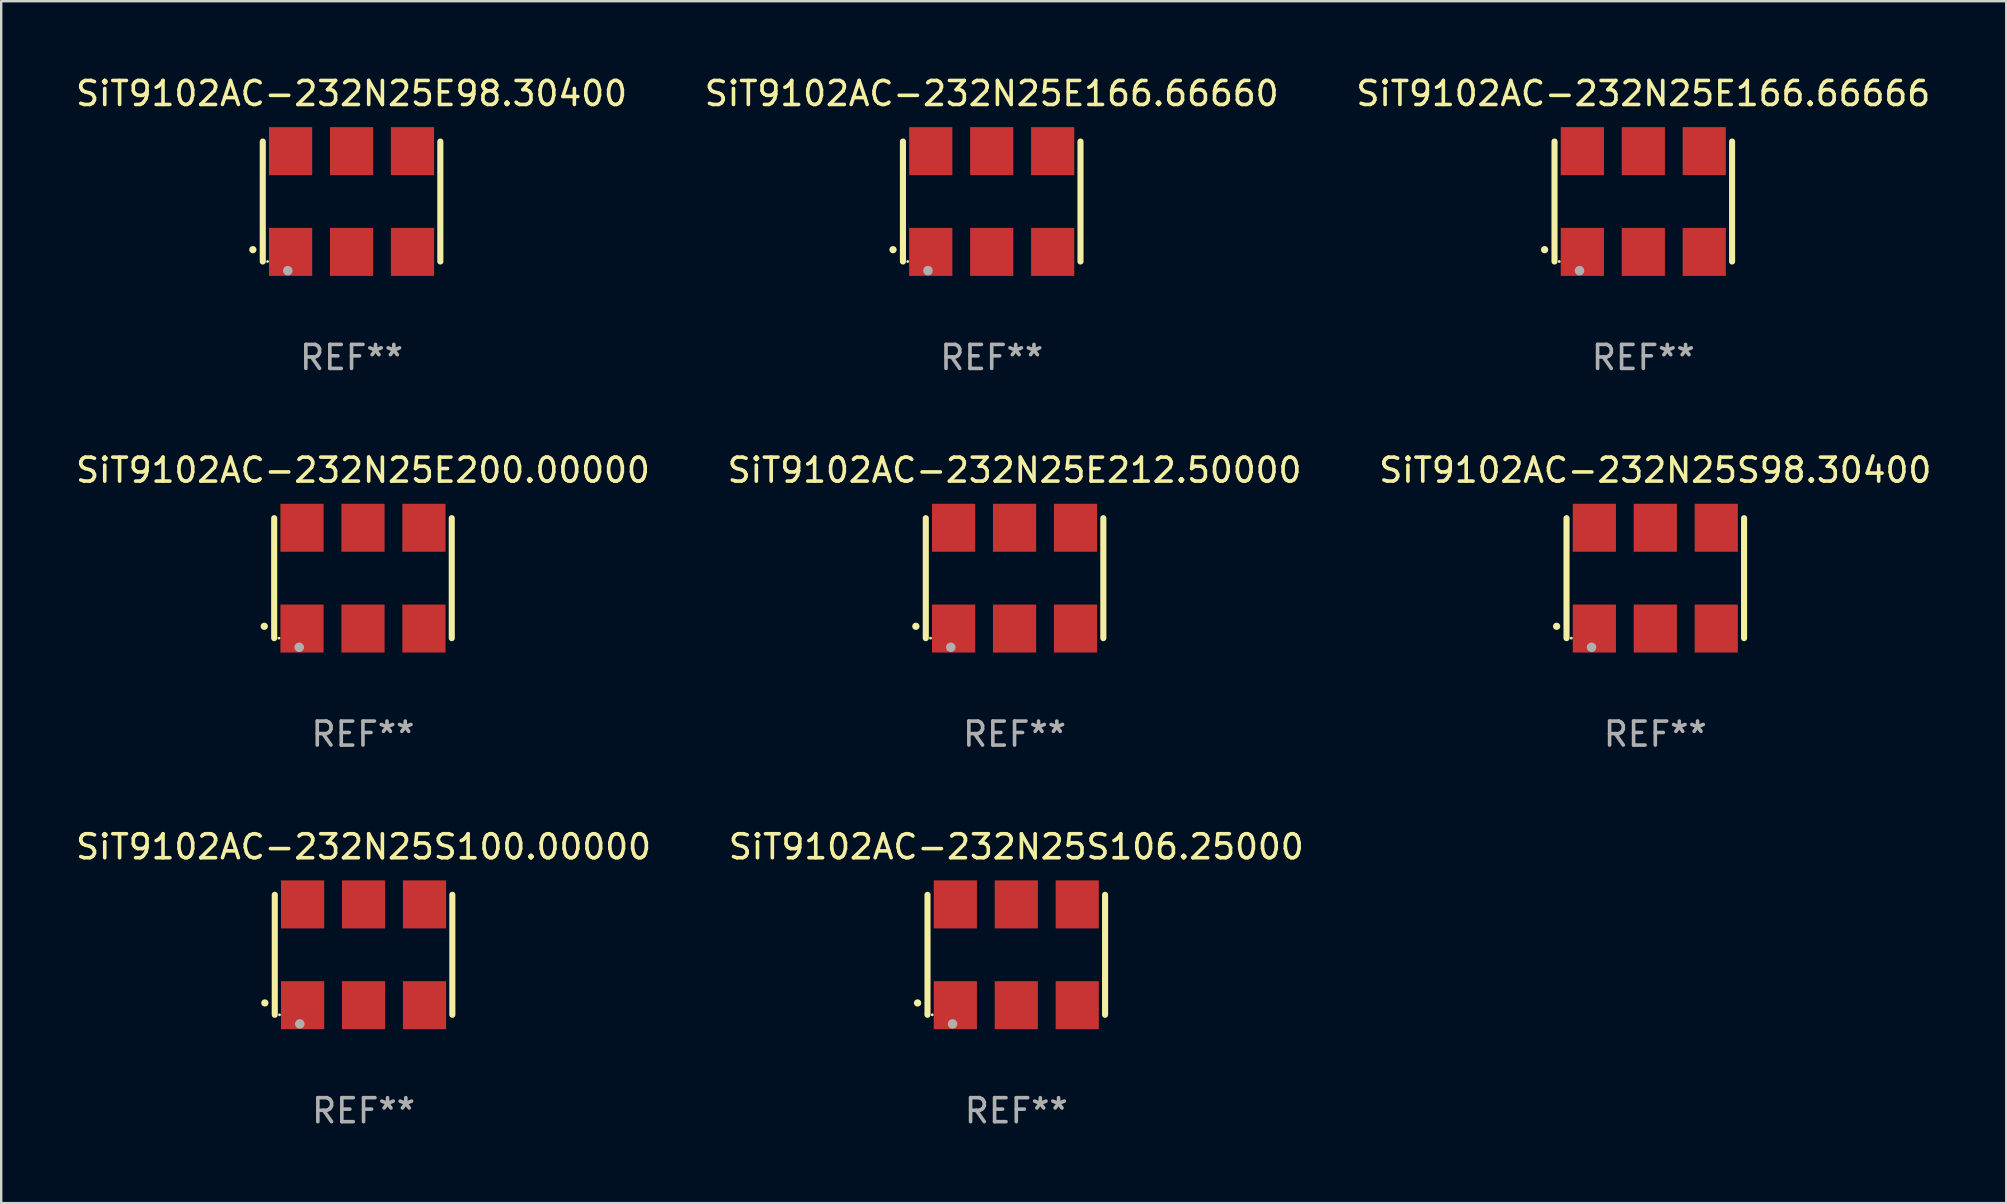
<source format=kicad_pcb>
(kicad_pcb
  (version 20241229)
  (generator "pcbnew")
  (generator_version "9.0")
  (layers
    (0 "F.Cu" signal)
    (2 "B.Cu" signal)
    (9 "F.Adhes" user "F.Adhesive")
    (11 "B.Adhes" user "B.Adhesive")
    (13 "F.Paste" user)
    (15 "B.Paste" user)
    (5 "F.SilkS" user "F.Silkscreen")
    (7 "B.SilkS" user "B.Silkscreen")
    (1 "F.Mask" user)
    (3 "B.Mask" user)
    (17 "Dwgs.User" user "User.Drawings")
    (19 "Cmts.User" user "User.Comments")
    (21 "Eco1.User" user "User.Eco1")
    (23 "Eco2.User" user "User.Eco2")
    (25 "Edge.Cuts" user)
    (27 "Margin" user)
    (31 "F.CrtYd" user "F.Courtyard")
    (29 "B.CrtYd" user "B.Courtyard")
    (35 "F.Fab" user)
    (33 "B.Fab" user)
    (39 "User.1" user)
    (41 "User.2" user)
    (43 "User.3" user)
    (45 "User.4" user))
  (footprint "SiT9102AC-232N25E98.30400"
    (layer "F.Cu")
    (at 11.601 5.348)
    (property "Reference" "SiT9102AC-232N25E98.30400" (at 0 -4.5 0) (layer "F.SilkS") (effects (font (size 1 1) (thickness 0.15))))
    (attr through_hole)
    (fp_line (start -3.7 -2.5) (end -3.7 2.5) (stroke (width 0.254) (type solid)) (layer "F.SilkS"))
    (fp_line (start 3.7 -2.5) (end 3.7 2.5) (stroke (width 0.254) (type solid)) (layer "F.SilkS"))
    (fp_arc (start -4.114415 2.006604) (mid -4.113145 2.006599) (end -4.111875 2.006604) (stroke (width 0.3) (type solid)) (layer "F.SilkS"))
    (fp_circle (center -3.502 2.5) (end -3.472 2.5) (stroke (width 0.06) (type solid)) (fill no) (layer "F.SilkS"))
    (fp_circle (center -2.657 2.882) (end -2.557 2.882) (stroke (width 0.2) (type solid)) (fill no) (layer "F.Fab"))
    (fp_text user "REF**" (at 0 6.5 0) (layer "F.Fab") (effects (font (size 1 1) (thickness 0.15))))
    (pad "1" smd rect (at -2.54 2.1) (size 1.8 2) (layers "F.Cu" "F.Mask" "F.Paste"))
    (pad "2" smd rect (at 0.000394 2.1) (size 1.8 2) (layers "F.Cu" "F.Mask" "F.Paste"))
    (pad "3" smd rect (at 2.54 2.1) (size 1.8 2) (layers "F.Cu" "F.Mask" "F.Paste"))
    (pad "4" smd rect (at 2.54 -2.1) (size 1.8 2) (layers "F.Cu" "F.Mask" "F.Paste"))
    (pad "5" smd rect (at 0.000394 -2.1) (size 1.8 2) (layers "F.Cu" "F.Mask" "F.Paste"))
    (pad "6" smd rect (at -2.54 -2.1) (size 1.8 2) (layers "F.Cu" "F.Mask" "F.Paste")))
  (footprint "SiT9102AC-232N25E166.66660"
    (layer "F.Cu")
    (at 38.28 5.348)
    (property "Reference" "SiT9102AC-232N25E166.66660" (at 0 -4.5 0) (layer "F.SilkS") (effects (font (size 1 1) (thickness 0.15))))
    (attr through_hole)
    (fp_line (start -3.7 -2.5) (end -3.7 2.5) (stroke (width 0.254) (type solid)) (layer "F.SilkS"))
    (fp_line (start 3.7 -2.5) (end 3.7 2.5) (stroke (width 0.254) (type solid)) (layer "F.SilkS"))
    (fp_arc (start -4.114415 2.006604) (mid -4.113145 2.006599) (end -4.111875 2.006604) (stroke (width 0.3) (type solid)) (layer "F.SilkS"))
    (fp_circle (center -3.502 2.5) (end -3.472 2.5) (stroke (width 0.06) (type solid)) (fill no) (layer "F.SilkS"))
    (fp_circle (center -2.657 2.882) (end -2.557 2.882) (stroke (width 0.2) (type solid)) (fill no) (layer "F.Fab"))
    (fp_text user "REF**" (at 0 6.5 0) (layer "F.Fab") (effects (font (size 1 1) (thickness 0.15))))
    (pad "1" smd rect (at -2.54 2.1) (size 1.8 2) (layers "F.Cu" "F.Mask" "F.Paste"))
    (pad "2" smd rect (at 0.000394 2.1) (size 1.8 2) (layers "F.Cu" "F.Mask" "F.Paste"))
    (pad "3" smd rect (at 2.54 2.1) (size 1.8 2) (layers "F.Cu" "F.Mask" "F.Paste"))
    (pad "4" smd rect (at 2.54 -2.1) (size 1.8 2) (layers "F.Cu" "F.Mask" "F.Paste"))
    (pad "5" smd rect (at 0.000394 -2.1) (size 1.8 2) (layers "F.Cu" "F.Mask" "F.Paste"))
    (pad "6" smd rect (at -2.54 -2.1) (size 1.8 2) (layers "F.Cu" "F.Mask" "F.Paste")))
  (footprint "SiT9102AC-232N25S106.25000"
    (layer "F.Cu")
    (at 39.304 36.741)
    (property "Reference" "SiT9102AC-232N25S106.25000" (at 0 -4.5 0) (layer "F.SilkS") (effects (font (size 1 1) (thickness 0.15))))
    (attr through_hole)
    (fp_line (start -3.7 -2.5) (end -3.7 2.5) (stroke (width 0.254) (type solid)) (layer "F.SilkS"))
    (fp_line (start 3.7 -2.5) (end 3.7 2.5) (stroke (width 0.254) (type solid)) (layer "F.SilkS"))
    (fp_arc (start -4.114415 2.006604) (mid -4.113145 2.006599) (end -4.111875 2.006604) (stroke (width 0.3) (type solid)) (layer "F.SilkS"))
    (fp_circle (center -3.502 2.5) (end -3.472 2.5) (stroke (width 0.06) (type solid)) (fill no) (layer "F.SilkS"))
    (fp_circle (center -2.657 2.882) (end -2.557 2.882) (stroke (width 0.2) (type solid)) (fill no) (layer "F.Fab"))
    (fp_text user "REF**" (at 0 6.5 0) (layer "F.Fab") (effects (font (size 1 1) (thickness 0.15))))
    (pad "1" smd rect (at -2.54 2.1) (size 1.8 2) (layers "F.Cu" "F.Mask" "F.Paste"))
    (pad "2" smd rect (at 0.000394 2.1) (size 1.8 2) (layers "F.Cu" "F.Mask" "F.Paste"))
    (pad "3" smd rect (at 2.54 2.1) (size 1.8 2) (layers "F.Cu" "F.Mask" "F.Paste"))
    (pad "4" smd rect (at 2.54 -2.1) (size 1.8 2) (layers "F.Cu" "F.Mask" "F.Paste"))
    (pad "5" smd rect (at 0.000394 -2.1) (size 1.8 2) (layers "F.Cu" "F.Mask" "F.Paste"))
    (pad "6" smd rect (at -2.54 -2.1) (size 1.8 2) (layers "F.Cu" "F.Mask" "F.Paste")))
  (footprint "SiT9102AC-232N25E200.00000"
    (layer "F.Cu")
    (at 12.077 21.045)
    (property "Reference" "SiT9102AC-232N25E200.00000" (at 0 -4.5 0) (layer "F.SilkS") (effects (font (size 1 1) (thickness 0.15))))
    (attr through_hole)
    (fp_line (start -3.7 -2.5) (end -3.7 2.5) (stroke (width 0.254) (type solid)) (layer "F.SilkS"))
    (fp_line (start 3.7 -2.5) (end 3.7 2.5) (stroke (width 0.254) (type solid)) (layer "F.SilkS"))
    (fp_arc (start -4.114415 2.006604) (mid -4.113145 2.006599) (end -4.111875 2.006604) (stroke (width 0.3) (type solid)) (layer "F.SilkS"))
    (fp_circle (center -3.502 2.5) (end -3.472 2.5) (stroke (width 0.06) (type solid)) (fill no) (layer "F.SilkS"))
    (fp_circle (center -2.657 2.882) (end -2.557 2.882) (stroke (width 0.2) (type solid)) (fill no) (layer "F.Fab"))
    (fp_text user "REF**" (at 0 6.5 0) (layer "F.Fab") (effects (font (size 1 1) (thickness 0.15))))
    (pad "1" smd rect (at -2.54 2.1) (size 1.8 2) (layers "F.Cu" "F.Mask" "F.Paste"))
    (pad "2" smd rect (at 0.000394 2.1) (size 1.8 2) (layers "F.Cu" "F.Mask" "F.Paste"))
    (pad "3" smd rect (at 2.54 2.1) (size 1.8 2) (layers "F.Cu" "F.Mask" "F.Paste"))
    (pad "4" smd rect (at 2.54 -2.1) (size 1.8 2) (layers "F.Cu" "F.Mask" "F.Paste"))
    (pad "5" smd rect (at 0.000394 -2.1) (size 1.8 2) (layers "F.Cu" "F.Mask" "F.Paste"))
    (pad "6" smd rect (at -2.54 -2.1) (size 1.8 2) (layers "F.Cu" "F.Mask" "F.Paste")))
  (footprint "SiT9102AC-232N25S98.30400"
    (layer "F.Cu")
    (at 65.935 21.045)
    (property "Reference" "SiT9102AC-232N25S98.30400" (at 0 -4.5 0) (layer "F.SilkS") (effects (font (size 1 1) (thickness 0.15))))
    (attr through_hole)
    (fp_line (start -3.7 -2.5) (end -3.7 2.5) (stroke (width 0.254) (type solid)) (layer "F.SilkS"))
    (fp_line (start 3.7 -2.5) (end 3.7 2.5) (stroke (width 0.254) (type solid)) (layer "F.SilkS"))
    (fp_arc (start -4.114415 2.006604) (mid -4.113145 2.006599) (end -4.111875 2.006604) (stroke (width 0.3) (type solid)) (layer "F.SilkS"))
    (fp_circle (center -3.502 2.5) (end -3.472 2.5) (stroke (width 0.06) (type solid)) (fill no) (layer "F.SilkS"))
    (fp_circle (center -2.657 2.882) (end -2.557 2.882) (stroke (width 0.2) (type solid)) (fill no) (layer "F.Fab"))
    (fp_text user "REF**" (at 0 6.5 0) (layer "F.Fab") (effects (font (size 1 1) (thickness 0.15))))
    (pad "1" smd rect (at -2.54 2.1) (size 1.8 2) (layers "F.Cu" "F.Mask" "F.Paste"))
    (pad "2" smd rect (at 0.000394 2.1) (size 1.8 2) (layers "F.Cu" "F.Mask" "F.Paste"))
    (pad "3" smd rect (at 2.54 2.1) (size 1.8 2) (layers "F.Cu" "F.Mask" "F.Paste"))
    (pad "4" smd rect (at 2.54 -2.1) (size 1.8 2) (layers "F.Cu" "F.Mask" "F.Paste"))
    (pad "5" smd rect (at 0.000394 -2.1) (size 1.8 2) (layers "F.Cu" "F.Mask" "F.Paste"))
    (pad "6" smd rect (at -2.54 -2.1) (size 1.8 2) (layers "F.Cu" "F.Mask" "F.Paste")))
  (footprint "SiT9102AC-232N25E166.66666"
    (layer "F.Cu")
    (at 65.435 5.348)
    (property "Reference" "SiT9102AC-232N25E166.66666" (at 0 -4.5 0) (layer "F.SilkS") (effects (font (size 1 1) (thickness 0.15))))
    (attr through_hole)
    (fp_line (start -3.7 -2.5) (end -3.7 2.5) (stroke (width 0.254) (type solid)) (layer "F.SilkS"))
    (fp_line (start 3.7 -2.5) (end 3.7 2.5) (stroke (width 0.254) (type solid)) (layer "F.SilkS"))
    (fp_arc (start -4.114415 2.006604) (mid -4.113145 2.006599) (end -4.111875 2.006604) (stroke (width 0.3) (type solid)) (layer "F.SilkS"))
    (fp_circle (center -3.502 2.5) (end -3.472 2.5) (stroke (width 0.06) (type solid)) (fill no) (layer "F.SilkS"))
    (fp_circle (center -2.657 2.882) (end -2.557 2.882) (stroke (width 0.2) (type solid)) (fill no) (layer "F.Fab"))
    (fp_text user "REF**" (at 0 6.5 0) (layer "F.Fab") (effects (font (size 1 1) (thickness 0.15))))
    (pad "1" smd rect (at -2.54 2.1) (size 1.8 2) (layers "F.Cu" "F.Mask" "F.Paste"))
    (pad "2" smd rect (at 0.000394 2.1) (size 1.8 2) (layers "F.Cu" "F.Mask" "F.Paste"))
    (pad "3" smd rect (at 2.54 2.1) (size 1.8 2) (layers "F.Cu" "F.Mask" "F.Paste"))
    (pad "4" smd rect (at 2.54 -2.1) (size 1.8 2) (layers "F.Cu" "F.Mask" "F.Paste"))
    (pad "5" smd rect (at 0.000394 -2.1) (size 1.8 2) (layers "F.Cu" "F.Mask" "F.Paste"))
    (pad "6" smd rect (at -2.54 -2.1) (size 1.8 2) (layers "F.Cu" "F.Mask" "F.Paste")))
  (footprint "SiT9102AC-232N25E212.50000"
    (layer "F.Cu")
    (at 39.232 21.045)
    (property "Reference" "SiT9102AC-232N25E212.50000" (at 0 -4.5 0) (layer "F.SilkS") (effects (font (size 1 1) (thickness 0.15))))
    (attr through_hole)
    (fp_line (start -3.7 -2.5) (end -3.7 2.5) (stroke (width 0.254) (type solid)) (layer "F.SilkS"))
    (fp_line (start 3.7 -2.5) (end 3.7 2.5) (stroke (width 0.254) (type solid)) (layer "F.SilkS"))
    (fp_arc (start -4.114415 2.006604) (mid -4.113145 2.006599) (end -4.111875 2.006604) (stroke (width 0.3) (type solid)) (layer "F.SilkS"))
    (fp_circle (center -3.502 2.5) (end -3.472 2.5) (stroke (width 0.06) (type solid)) (fill no) (layer "F.SilkS"))
    (fp_circle (center -2.657 2.882) (end -2.557 2.882) (stroke (width 0.2) (type solid)) (fill no) (layer "F.Fab"))
    (fp_text user "REF**" (at 0 6.5 0) (layer "F.Fab") (effects (font (size 1 1) (thickness 0.15))))
    (pad "1" smd rect (at -2.54 2.1) (size 1.8 2) (layers "F.Cu" "F.Mask" "F.Paste"))
    (pad "2" smd rect (at 0.000394 2.1) (size 1.8 2) (layers "F.Cu" "F.Mask" "F.Paste"))
    (pad "3" smd rect (at 2.54 2.1) (size 1.8 2) (layers "F.Cu" "F.Mask" "F.Paste"))
    (pad "4" smd rect (at 2.54 -2.1) (size 1.8 2) (layers "F.Cu" "F.Mask" "F.Paste"))
    (pad "5" smd rect (at 0.000394 -2.1) (size 1.8 2) (layers "F.Cu" "F.Mask" "F.Paste"))
    (pad "6" smd rect (at -2.54 -2.1) (size 1.8 2) (layers "F.Cu" "F.Mask" "F.Paste")))
  (footprint "SiT9102AC-232N25S100.00000"
    (layer "F.Cu")
    (at 12.101 36.741)
    (property "Reference" "SiT9102AC-232N25S100.00000" (at 0 -4.5 0) (layer "F.SilkS") (effects (font (size 1 1) (thickness 0.15))))
    (attr through_hole)
    (fp_line (start -3.7 -2.5) (end -3.7 2.5) (stroke (width 0.254) (type solid)) (layer "F.SilkS"))
    (fp_line (start 3.7 -2.5) (end 3.7 2.5) (stroke (width 0.254) (type solid)) (layer "F.SilkS"))
    (fp_arc (start -4.114415 2.006604) (mid -4.113145 2.006599) (end -4.111875 2.006604) (stroke (width 0.3) (type solid)) (layer "F.SilkS"))
    (fp_circle (center -3.502 2.5) (end -3.472 2.5) (stroke (width 0.06) (type solid)) (fill no) (layer "F.SilkS"))
    (fp_circle (center -2.657 2.882) (end -2.557 2.882) (stroke (width 0.2) (type solid)) (fill no) (layer "F.Fab"))
    (fp_text user "REF**" (at 0 6.5 0) (layer "F.Fab") (effects (font (size 1 1) (thickness 0.15))))
    (pad "1" smd rect (at -2.54 2.1) (size 1.8 2) (layers "F.Cu" "F.Mask" "F.Paste"))
    (pad "2" smd rect (at 0.000394 2.1) (size 1.8 2) (layers "F.Cu" "F.Mask" "F.Paste"))
    (pad "3" smd rect (at 2.54 2.1) (size 1.8 2) (layers "F.Cu" "F.Mask" "F.Paste"))
    (pad "4" smd rect (at 2.54 -2.1) (size 1.8 2) (layers "F.Cu" "F.Mask" "F.Paste"))
    (pad "5" smd rect (at 0.000394 -2.1) (size 1.8 2) (layers "F.Cu" "F.Mask" "F.Paste"))
    (pad "6" smd rect (at -2.54 -2.1) (size 1.8 2) (layers "F.Cu" "F.Mask" "F.Paste")))
  (gr_rect
    (start -3 -3)
    (end 80.56 47.09)
    (stroke (width 0.1) (type default))
    (fill no)
    (layer "Edge.Cuts")))
</source>
